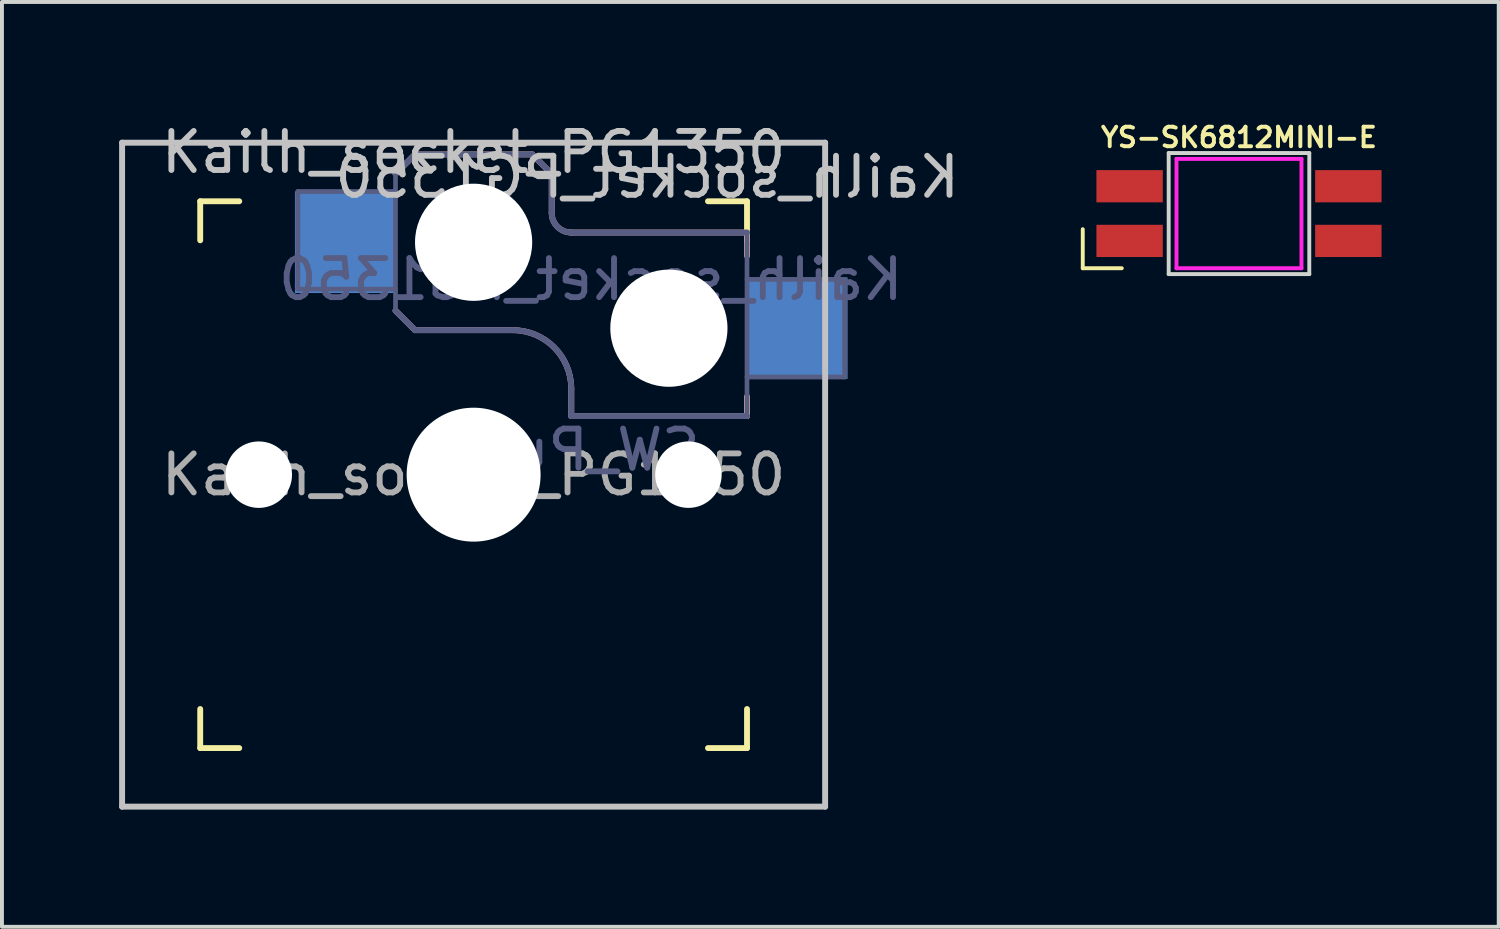
<source format=kicad_pcb>
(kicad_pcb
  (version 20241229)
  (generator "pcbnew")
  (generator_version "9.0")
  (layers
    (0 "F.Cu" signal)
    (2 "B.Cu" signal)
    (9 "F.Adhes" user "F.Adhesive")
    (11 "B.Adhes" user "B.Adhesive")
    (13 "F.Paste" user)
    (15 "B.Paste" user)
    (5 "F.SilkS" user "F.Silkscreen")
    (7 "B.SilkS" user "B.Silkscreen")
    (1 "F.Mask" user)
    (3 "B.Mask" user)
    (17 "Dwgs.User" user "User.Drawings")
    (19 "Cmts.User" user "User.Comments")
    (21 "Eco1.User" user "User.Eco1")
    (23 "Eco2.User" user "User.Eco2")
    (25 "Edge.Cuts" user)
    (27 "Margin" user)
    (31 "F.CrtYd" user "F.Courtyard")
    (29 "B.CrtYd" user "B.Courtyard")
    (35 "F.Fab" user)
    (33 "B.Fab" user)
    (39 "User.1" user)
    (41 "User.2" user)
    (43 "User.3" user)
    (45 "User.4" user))
  (footprint "YS-SK6812MINI-E"
    (layer "F.Cu")
    (at 28.672 2.418)
    (property "Reference" "YS-SK6812MINI-E" (at 0 -1.95 0) (layer "F.SilkS") (effects (font (size 0.5 0.5) (thickness 0.1))))
    (attr smd)
    (fp_line (start -4 1.4) (end -4 0.4) (stroke (width 0.1) (type default)) (layer "F.SilkS"))
    (fp_line (start -3 1.4) (end -4 1.4) (stroke (width 0.1) (type default)) (layer "F.SilkS"))
    (fp_line (start -1.8 -1.55) (end -1.8 1.55) (stroke (width 0.1) (type solid)) (layer "Edge.Cuts"))
    (fp_line (start -1.8 1.55) (end 1.8 1.55) (stroke (width 0.1) (type solid)) (layer "Edge.Cuts"))
    (fp_line (start 1.8 -1.55) (end -1.8 -1.55) (stroke (width 0.1) (type solid)) (layer "Edge.Cuts"))
    (fp_line (start 1.8 1.55) (end 1.8 -1.55) (stroke (width 0.1) (type solid)) (layer "Edge.Cuts"))
    (fp_line (start -1.6 -1.4) (end -1.6 1.4) (stroke (width 0.1) (type solid)) (layer "F.CrtYd"))
    (fp_line (start -1.6 -1.4) (end 1.6 -1.4) (stroke (width 0.1) (type solid)) (layer "F.CrtYd"))
    (fp_line (start -1.6 1.4) (end 1.6 1.4) (stroke (width 0.1) (type solid)) (layer "F.CrtYd"))
    (fp_line (start 1.6 -1.4) (end 1.6 1.4) (stroke (width 0.1) (type solid)) (layer "F.CrtYd"))
    (pad "1" smd rect (at 2.8 -0.7) (size 1.7 0.825) (layers "F.Cu" "F.Mask" "F.Paste"))
    (pad "2" smd rect (at 2.8 0.7) (size 1.7 0.825) (layers "F.Cu" "F.Mask" "F.Paste"))
    (pad "3" smd rect (at -2.8 0.7) (size 1.7 0.825) (layers "F.Cu" "F.Mask" "F.Paste"))
    (pad "4" smd rect (at -2.8 -0.7) (size 1.7 0.825) (layers "F.Cu" "F.Mask" "F.Paste")))
  (footprint "Kailh_socket_PG1350"
    (layer "F.Cu")
    (at 9.076 9.103)
    (property "Reference" "Kailh_socket_PG1350" (at 0 -8.255 0) (layer "Dwgs.User") (effects (font (size 1 1) (thickness 0.15))))
    (property "Value" "SW_Push" (at 0 8.25 0) (layer "F.Fab") (hide yes) (effects (font (size 1 1) (thickness 0.15))))
    (attr through_hole)
    (fp_line (start -7 -6) (end -7 -7) (stroke (width 0.15) (type solid)) (layer "F.SilkS"))
    (fp_line (start -7 7) (end -7 6) (stroke (width 0.15) (type solid)) (layer "F.SilkS"))
    (fp_line (start -7 7) (end -6 7) (stroke (width 0.15) (type solid)) (layer "F.SilkS"))
    (fp_line (start -6 -7) (end -7 -7) (stroke (width 0.15) (type solid)) (layer "F.SilkS"))
    (fp_line (start 6 7) (end 7 7) (stroke (width 0.15) (type solid)) (layer "F.SilkS"))
    (fp_line (start 7 -7) (end 6 -7) (stroke (width 0.15) (type solid)) (layer "F.SilkS"))
    (fp_line (start 7 -7) (end 7 -6) (stroke (width 0.15) (type solid)) (layer "F.SilkS"))
    (fp_line (start 7 6) (end 7 7) (stroke (width 0.15) (type solid)) (layer "F.SilkS"))
    (fp_line (start -2 -7.7) (end -1.5 -8.2) (stroke (width 0.15) (type solid)) (layer "B.SilkS"))
    (fp_line (start -2 -4.2) (end -1.5 -3.7) (stroke (width 0.15) (type solid)) (layer "B.SilkS"))
    (fp_line (start -1.5 -8.2) (end 1.5 -8.2) (stroke (width 0.15) (type solid)) (layer "B.SilkS"))
    (fp_line (start -1.5 -3.7) (end 1 -3.7) (stroke (width 0.15) (type solid)) (layer "B.SilkS"))
    (fp_line (start 1.5 -8.2) (end 2 -7.7) (stroke (width 0.15) (type solid)) (layer "B.SilkS"))
    (fp_line (start 2 -6.7) (end 2 -7.7) (stroke (width 0.15) (type solid)) (layer "B.SilkS"))
    (fp_line (start 2.5 -2.2) (end 2.5 -1.5) (stroke (width 0.15) (type solid)) (layer "B.SilkS"))
    (fp_line (start 2.5 -1.5) (end 7 -1.5) (stroke (width 0.15) (type solid)) (layer "B.SilkS"))
    (fp_line (start 7 -6.2) (end 2.5 -6.2) (stroke (width 0.15) (type solid)) (layer "B.SilkS"))
    (fp_line (start 7 -5.6) (end 7 -6.2) (stroke (width 0.15) (type solid)) (layer "B.SilkS"))
    (fp_line (start 7 -1.5) (end 7 -2) (stroke (width 0.15) (type solid)) (layer "B.SilkS"))
    (fp_arc (start 1 -3.7) (mid 2.06066 -3.26066) (end 2.5 -2.2) (stroke (width 0.15) (type solid)) (layer "B.SilkS"))
    (fp_arc (start 2.5 -6.2) (mid 2.146447 -6.346447) (end 2 -6.7) (stroke (width 0.15) (type solid)) (layer "B.SilkS"))
    (fp_line (start -9 -8.5) (end 9 -8.5) (stroke (width 0.152) (type solid)) (layer "Dwgs.User"))
    (fp_line (start -9 8.5) (end -9 -8.5) (stroke (width 0.152) (type solid)) (layer "Dwgs.User"))
    (fp_line (start 9 -8.5) (end 9 8.5) (stroke (width 0.152) (type solid)) (layer "Dwgs.User"))
    (fp_line (start 9 8.5) (end -9 8.5) (stroke (width 0.152) (type solid)) (layer "Dwgs.User"))
    (fp_line (start -6.9 6.9) (end -6.9 -6.9) (stroke (width 0.15) (type solid)) (layer "Eco2.User"))
    (fp_line (start -6.9 6.9) (end 6.9 6.9) (stroke (width 0.15) (type solid)) (layer "Eco2.User"))
    (fp_line (start -2.6 3.1) (end 2.6 3.1) (stroke (width 0.15) (type solid)) (layer "Eco2.User"))
    (fp_line (start -2.6 6.3) (end -2.6 3.1) (stroke (width 0.15) (type solid)) (layer "Eco2.User"))
    (fp_line (start 2.6 6.3) (end -2.6 6.3) (stroke (width 0.15) (type solid)) (layer "Eco2.User"))
    (fp_line (start 2.6 6.3) (end 2.6 3.1) (stroke (width 0.15) (type solid)) (layer "Eco2.User"))
    (fp_line (start 6.9 -6.9) (end -6.9 -6.9) (stroke (width 0.15) (type solid)) (layer "Eco2.User"))
    (fp_line (start 6.9 -6.9) (end 6.9 6.9) (stroke (width 0.15) (type solid)) (layer "Eco2.User"))
    (fp_line (start -4.5 -7.25) (end -2 -7.25) (stroke (width 0.12) (type solid)) (layer "B.Fab"))
    (fp_line (start -4.5 -4.75) (end -4.5 -7.25) (stroke (width 0.12) (type solid)) (layer "B.Fab"))
    (fp_line (start -2 -7.7) (end -1.5 -8.2) (stroke (width 0.15) (type solid)) (layer "B.Fab"))
    (fp_line (start -2 -4.75) (end -4.5 -4.75) (stroke (width 0.12) (type solid)) (layer "B.Fab"))
    (fp_line (start -2 -4.25) (end -2 -7.7) (stroke (width 0.12) (type solid)) (layer "B.Fab"))
    (fp_line (start -2 -4.2) (end -1.5 -3.7) (stroke (width 0.15) (type solid)) (layer "B.Fab"))
    (fp_line (start -1.5 -8.2) (end 1.5 -8.2) (stroke (width 0.15) (type solid)) (layer "B.Fab"))
    (fp_line (start -1.5 -3.7) (end 1 -3.7) (stroke (width 0.15) (type solid)) (layer "B.Fab"))
    (fp_line (start 1.5 -8.2) (end 2 -7.7) (stroke (width 0.15) (type solid)) (layer "B.Fab"))
    (fp_line (start 2 -6.7) (end 2 -7.7) (stroke (width 0.15) (type solid)) (layer "B.Fab"))
    (fp_line (start 2.5 -2.2) (end 2.5 -1.5) (stroke (width 0.15) (type solid)) (layer "B.Fab"))
    (fp_line (start 2.5 -1.5) (end 7 -1.5) (stroke (width 0.15) (type solid)) (layer "B.Fab"))
    (fp_line (start 7 -6.2) (end 2.5 -6.2) (stroke (width 0.15) (type solid)) (layer "B.Fab"))
    (fp_line (start 7 -5) (end 9.5 -5) (stroke (width 0.12) (type solid)) (layer "B.Fab"))
    (fp_line (start 7 -1.5) (end 7 -6.2) (stroke (width 0.12) (type solid)) (layer "B.Fab"))
    (fp_line (start 9.5 -5) (end 9.5 -2.5) (stroke (width 0.12) (type solid)) (layer "B.Fab"))
    (fp_line (start 9.5 -2.5) (end 7 -2.5) (stroke (width 0.12) (type solid)) (layer "B.Fab"))
    (fp_arc (start 1 -3.7) (mid 2.06066 -3.26066) (end 2.5 -2.2) (stroke (width 0.15) (type solid)) (layer "B.Fab"))
    (fp_arc (start 2.5 -6.2) (mid 2.146447 -6.346447) (end 2 -6.7) (stroke (width 0.15) (type solid)) (layer "B.Fab"))
    (fp_text user "${REFERENCE}" (at 4.445 -7.62 0) (layer "Dwgs.User") (effects (font (size 1 1) (thickness 0.15)) (justify mirror)))
    (fp_text user "${VALUE}" (at 2.54 -0.635 0) (layer "B.Fab") (effects (font (size 1 1) (thickness 0.15)) (justify mirror)))
    (fp_text user "${REFERENCE}" (at 3 -5 180) (layer "B.Fab") (effects (font (size 1 1) (thickness 0.15)) (justify mirror)))
    (fp_text user "${REFERENCE}" (at 0 0 0) (layer "F.Fab") (effects (font (size 1 1) (thickness 0.15))))
    (pad "" np_thru_hole circle (at -5.5 0) (size 1.702 1.702) (drill 1.702) (layers "*.Cu" "*.Mask"))
    (pad "" np_thru_hole circle (at 0 -5.95) (size 3 3) (drill 3) (layers "*.Cu" "*.Mask"))
    (pad "" np_thru_hole circle (at 0 0) (size 3.429 3.429) (drill 3.429) (layers "*.Cu" "*.Mask"))
    (pad "" np_thru_hole circle (at 5 -3.75) (size 3 3) (drill 3) (layers "*.Cu" "*.Mask"))
    (pad "" np_thru_hole circle (at 5.5 0) (size 1.702 1.702) (drill 1.702) (layers "*.Cu" "*.Mask"))
    (pad "1" smd rect (at -3.275 -5.95) (size 2.6 2.6) (layers "B.Cu" "B.Mask" "B.Paste"))
    (pad "2" smd rect (at 8.275 -3.75) (size 2.6 2.6) (layers "B.Cu" "B.Mask" "B.Paste")))
  (gr_rect
    (start -3 -3)
    (end 35.322 20.679)
    (stroke (width 0.1) (type default))
    (fill no)
    (layer "Edge.Cuts")))
</source>
